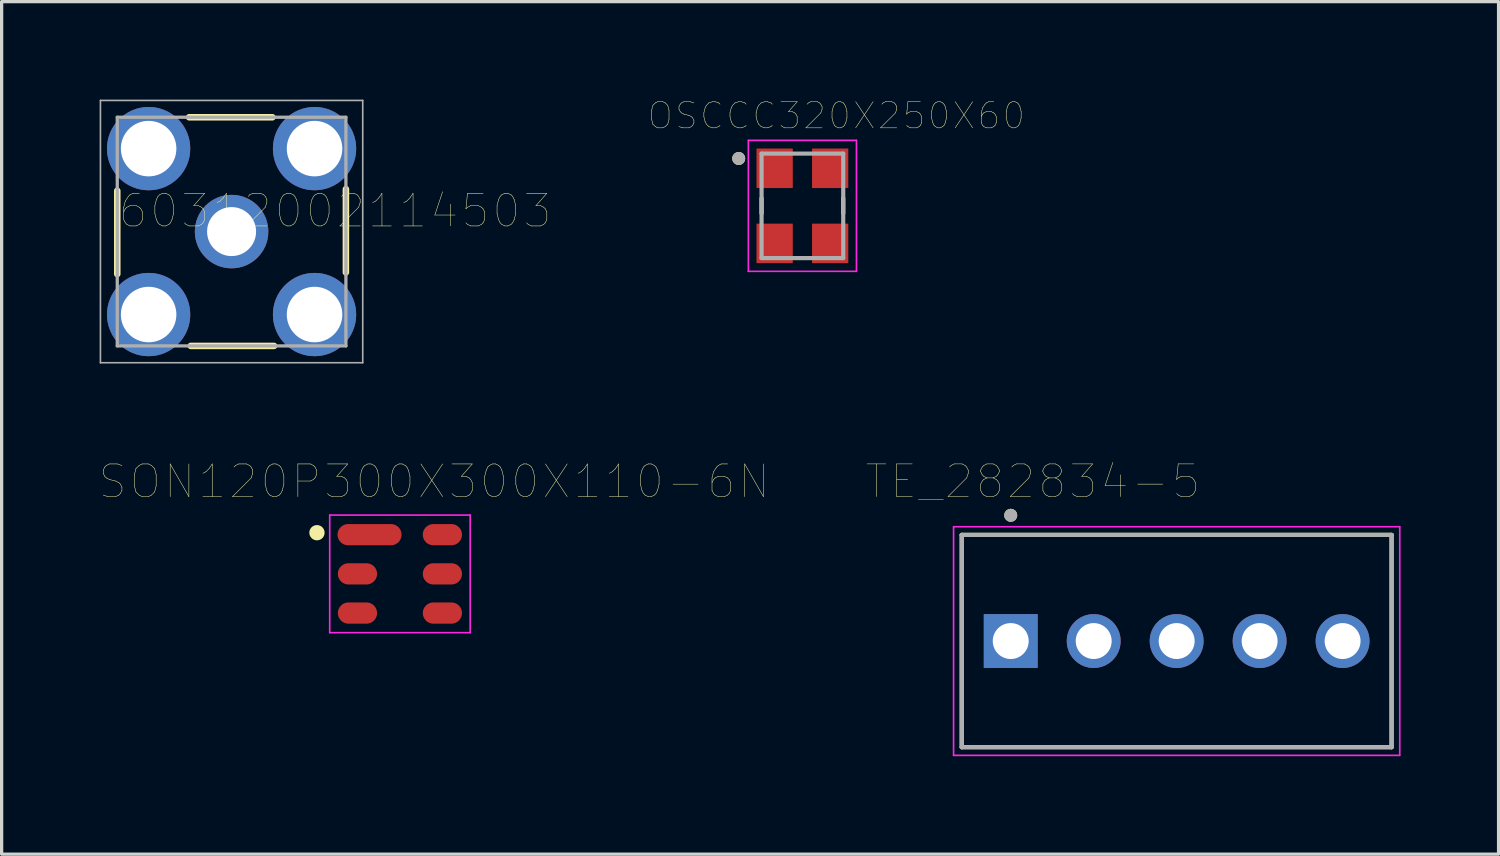
<source format=kicad_pcb>
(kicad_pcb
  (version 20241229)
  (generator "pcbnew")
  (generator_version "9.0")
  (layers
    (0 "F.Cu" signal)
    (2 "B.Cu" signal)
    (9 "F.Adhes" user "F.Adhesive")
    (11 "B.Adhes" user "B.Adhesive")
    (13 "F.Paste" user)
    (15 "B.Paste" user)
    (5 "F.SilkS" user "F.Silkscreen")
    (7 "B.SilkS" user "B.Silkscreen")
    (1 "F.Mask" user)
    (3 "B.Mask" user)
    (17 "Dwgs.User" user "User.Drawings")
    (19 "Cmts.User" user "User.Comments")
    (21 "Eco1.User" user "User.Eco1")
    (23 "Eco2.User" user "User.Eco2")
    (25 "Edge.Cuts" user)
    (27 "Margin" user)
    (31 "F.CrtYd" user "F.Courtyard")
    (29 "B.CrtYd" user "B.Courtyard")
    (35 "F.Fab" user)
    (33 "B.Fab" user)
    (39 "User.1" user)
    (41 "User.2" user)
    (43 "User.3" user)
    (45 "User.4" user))
  (footprint "60312002114503"
    (layer "F.Cu")
    (at 4.04 4.04)
    (property "Reference" "60312002114503" (at 3.175 -0.635 0) (layer "F.SilkS") (effects (font (size 1 1) (thickness 0.015))))
    (attr through_hole)
    (fp_line (start -3.5 1.3) (end -3.5 -1.25) (stroke (width 0.2) (type solid)) (layer "F.SilkS"))
    (fp_line (start -1.3 -3.5) (end 1.25 -3.5) (stroke (width 0.2) (type solid)) (layer "F.SilkS"))
    (fp_line (start -1.25 3.5) (end 1.3 3.5) (stroke (width 0.2) (type solid)) (layer "F.SilkS"))
    (fp_line (start 3.5 1.25) (end 3.5 -1.3) (stroke (width 0.2) (type solid)) (layer "F.SilkS"))
    (fp_line (start -4.015 -4.015) (end 4.015 -4.015) (stroke (width 0.05) (type solid)) (layer "F.Fab"))
    (fp_line (start -4.015 4.015) (end -4.015 -4.015) (stroke (width 0.05) (type solid)) (layer "F.Fab"))
    (fp_line (start -4.015 4.015) (end 4.015 4.015) (stroke (width 0.05) (type solid)) (layer "F.Fab"))
    (fp_line (start -3.5 -3.5) (end 3.5 -3.5) (stroke (width 0.1) (type solid)) (layer "F.Fab"))
    (fp_line (start -3.5 3.5) (end -3.5 -3.5) (stroke (width 0.1) (type solid)) (layer "F.Fab"))
    (fp_line (start -3.5 3.5) (end 3.5 3.5) (stroke (width 0.1) (type solid)) (layer "F.Fab"))
    (fp_line (start -0.5 0) (end 0.5 0) (stroke (width 0.05) (type solid)) (layer "F.Fab"))
    (fp_line (start 0 0.5) (end 0 -0.5) (stroke (width 0.05) (type solid)) (layer "F.Fab"))
    (fp_line (start 3.5 3.5) (end 3.5 -3.5) (stroke (width 0.1) (type solid)) (layer "F.Fab"))
    (fp_line (start 4.015 4.015) (end 4.015 -4.015) (stroke (width 0.05) (type solid)) (layer "F.Fab"))
    (pad "1" thru_hole circle (at 0 0) (size 2.25 2.25) (drill 1.5) (layers "*.Cu" "*.Mask"))
    (pad "2" thru_hole circle (at -2.54 -2.54) (size 2.55 2.55) (drill 1.7) (layers "*.Cu" "*.Mask"))
    (pad "3" thru_hole circle (at 2.54 -2.54) (size 2.55 2.55) (drill 1.7) (layers "*.Cu" "*.Mask"))
    (pad "4" thru_hole circle (at 2.54 2.54) (size 2.55 2.55) (drill 1.7) (layers "*.Cu" "*.Mask"))
    (pad "5" thru_hole circle (at -2.54 2.54) (size 2.55 2.55) (drill 1.7) (layers "*.Cu" "*.Mask")))
  (footprint "SON120P300X300X110-6N"
    (layer "F.Cu")
    (at 9.194 14.519)
    (property "Reference" "SON120P300X300X110-6N" (at 1.046 -2.827 0) (layer "F.SilkS") (effects (font (size 1.001 1.001) (thickness 0.015))))
    (attr through_hole)
    (fp_circle (center -2.54 -1.26) (end -2.306 -1.26) (stroke (width 0) (type solid)) (fill yes) (layer "F.SilkS"))
    (fp_line (start -2.15 -1.8) (end 2.15 -1.8) (stroke (width 0.05) (type solid)) (layer "F.CrtYd"))
    (fp_line (start -2.15 1.8) (end -2.15 -1.8) (stroke (width 0.05) (type solid)) (layer "F.CrtYd"))
    (fp_line (start 2.15 -1.8) (end 2.15 1.8) (stroke (width 0.05) (type solid)) (layer "F.CrtYd"))
    (fp_line (start 2.15 1.8) (end -2.15 1.8) (stroke (width 0.05) (type solid)) (layer "F.CrtYd"))
    (pad "1" smd oval (at -0.93 -1.2) (size 1.96 0.65) (layers "F.Cu" "F.Mask" "F.Paste"))
    (pad "2" smd oval (at -1.3 0) (size 1.2 0.65) (layers "F.Cu" "F.Mask" "F.Paste"))
    (pad "3" smd oval (at -1.3 1.2) (size 1.2 0.65) (layers "F.Cu" "F.Mask" "F.Paste"))
    (pad "4" smd oval (at 1.3 1.2) (size 1.2 0.65) (layers "F.Cu" "F.Mask" "F.Paste"))
    (pad "5" smd oval (at 1.3 0) (size 1.2 0.65) (layers "F.Cu" "F.Mask" "F.Paste"))
    (pad "6" smd oval (at 1.3 -1.2) (size 1.2 0.65) (layers "F.Cu" "F.Mask" "F.Paste")))
  (footprint "TE_282834-5"
    (layer "F.Cu")
    (at 32.974 16.576)
    (property "Reference" "TE_282834-5" (at -4.405 -4.885 0) (layer "F.SilkS") (effects (font (size 1 1) (thickness 0.015))))
    (attr through_hole)
    (fp_line (start -6.58 -3.25) (end 6.58 -3.25) (stroke (width 0.127) (type solid)) (layer "F.SilkS"))
    (fp_line (start -6.58 3.25) (end -6.58 -3.25) (stroke (width 0.127) (type solid)) (layer "F.SilkS"))
    (fp_line (start 6.58 -3.25) (end 6.58 3.25) (stroke (width 0.127) (type solid)) (layer "F.SilkS"))
    (fp_line (start 6.58 3.25) (end -6.58 3.25) (stroke (width 0.127) (type solid)) (layer "F.SilkS"))
    (fp_circle (center -5.08 -3.85) (end -4.98 -3.85) (stroke (width 0.2) (type solid)) (fill no) (layer "F.SilkS"))
    (fp_line (start -6.83 -3.5) (end 6.83 -3.5) (stroke (width 0.05) (type solid)) (layer "F.CrtYd"))
    (fp_line (start -6.83 3.5) (end -6.83 -3.5) (stroke (width 0.05) (type solid)) (layer "F.CrtYd"))
    (fp_line (start 6.83 -3.5) (end 6.83 3.5) (stroke (width 0.05) (type solid)) (layer "F.CrtYd"))
    (fp_line (start 6.83 3.5) (end -6.83 3.5) (stroke (width 0.05) (type solid)) (layer "F.CrtYd"))
    (fp_line (start -6.58 -3.25) (end 6.58 -3.25) (stroke (width 0.127) (type solid)) (layer "F.Fab"))
    (fp_line (start -6.58 3.25) (end -6.58 -3.25) (stroke (width 0.127) (type solid)) (layer "F.Fab"))
    (fp_line (start 6.58 -3.25) (end 6.58 3.25) (stroke (width 0.127) (type solid)) (layer "F.Fab"))
    (fp_line (start 6.58 3.25) (end -6.58 3.25) (stroke (width 0.127) (type solid)) (layer "F.Fab"))
    (fp_circle (center -5.08 -3.85) (end -4.98 -3.85) (stroke (width 0.2) (type solid)) (fill no) (layer "F.Fab"))
    (pad "1" thru_hole rect (at -5.08 0) (size 1.65 1.65) (drill 1.1) (layers "*.Cu" "*.Mask"))
    (pad "2" thru_hole circle (at -2.54 0) (size 1.65 1.65) (drill 1.1) (layers "*.Cu" "*.Mask"))
    (pad "3" thru_hole circle (at 0 0) (size 1.65 1.65) (drill 1.1) (layers "*.Cu" "*.Mask"))
    (pad "4" thru_hole circle (at 2.54 0) (size 1.65 1.65) (drill 1.1) (layers "*.Cu" "*.Mask"))
    (pad "5" thru_hole circle (at 5.08 0) (size 1.65 1.65) (drill 1.1) (layers "*.Cu" "*.Mask")))
  (footprint "OSCCC320X250X60"
    (layer "F.Cu")
    (at 21.516 3.252)
    (property "Reference" "OSCCC320X250X60" (at 1.04 -2.758 0) (layer "F.SilkS") (effects (font (size 0.8 0.8) (thickness 0.015))))
    (attr through_hole)
    (fp_line (start -1.25 0.232) (end -1.25 -0.232) (stroke (width 0.127) (type solid)) (layer "F.SilkS"))
    (fp_line (start 1.25 -0.232) (end 1.25 0.232) (stroke (width 0.127) (type solid)) (layer "F.SilkS"))
    (fp_circle (center -1.95 -1.45) (end -1.85 -1.45) (stroke (width 0.2) (type solid)) (fill no) (layer "F.SilkS"))
    (fp_line (start -1.655 -2.005) (end 1.655 -2.005) (stroke (width 0.05) (type solid)) (layer "F.CrtYd"))
    (fp_line (start -1.655 2.005) (end -1.655 -2.005) (stroke (width 0.05) (type solid)) (layer "F.CrtYd"))
    (fp_line (start 1.655 -2.005) (end 1.655 2.005) (stroke (width 0.05) (type solid)) (layer "F.CrtYd"))
    (fp_line (start 1.655 2.005) (end -1.655 2.005) (stroke (width 0.05) (type solid)) (layer "F.CrtYd"))
    (fp_line (start -1.25 -1.6) (end 1.25 -1.6) (stroke (width 0.127) (type solid)) (layer "F.Fab"))
    (fp_line (start -1.25 1.6) (end -1.25 -1.6) (stroke (width 0.127) (type solid)) (layer "F.Fab"))
    (fp_line (start 1.25 -1.6) (end 1.25 1.6) (stroke (width 0.127) (type solid)) (layer "F.Fab"))
    (fp_line (start 1.25 1.6) (end -1.25 1.6) (stroke (width 0.127) (type solid)) (layer "F.Fab"))
    (fp_circle (center -1.95 -1.45) (end -1.85 -1.45) (stroke (width 0.2) (type solid)) (fill no) (layer "F.Fab"))
    (pad "1" smd rect (at -0.85 -1.15) (size 1.11 1.21) (layers "F.Cu" "F.Mask" "F.Paste"))
    (pad "2" smd rect (at -0.85 1.15) (size 1.11 1.21) (layers "F.Cu" "F.Mask" "F.Paste"))
    (pad "3" smd rect (at 0.85 1.15) (size 1.11 1.21) (layers "F.Cu" "F.Mask" "F.Paste"))
    (pad "4" smd rect (at 0.85 -1.15) (size 1.11 1.21) (layers "F.Cu" "F.Mask" "F.Paste")))
  (gr_rect
    (start -3 -3)
    (end 42.829 23.101)
    (stroke (width 0.1) (type default))
    (fill no)
    (layer "Edge.Cuts")))
</source>
